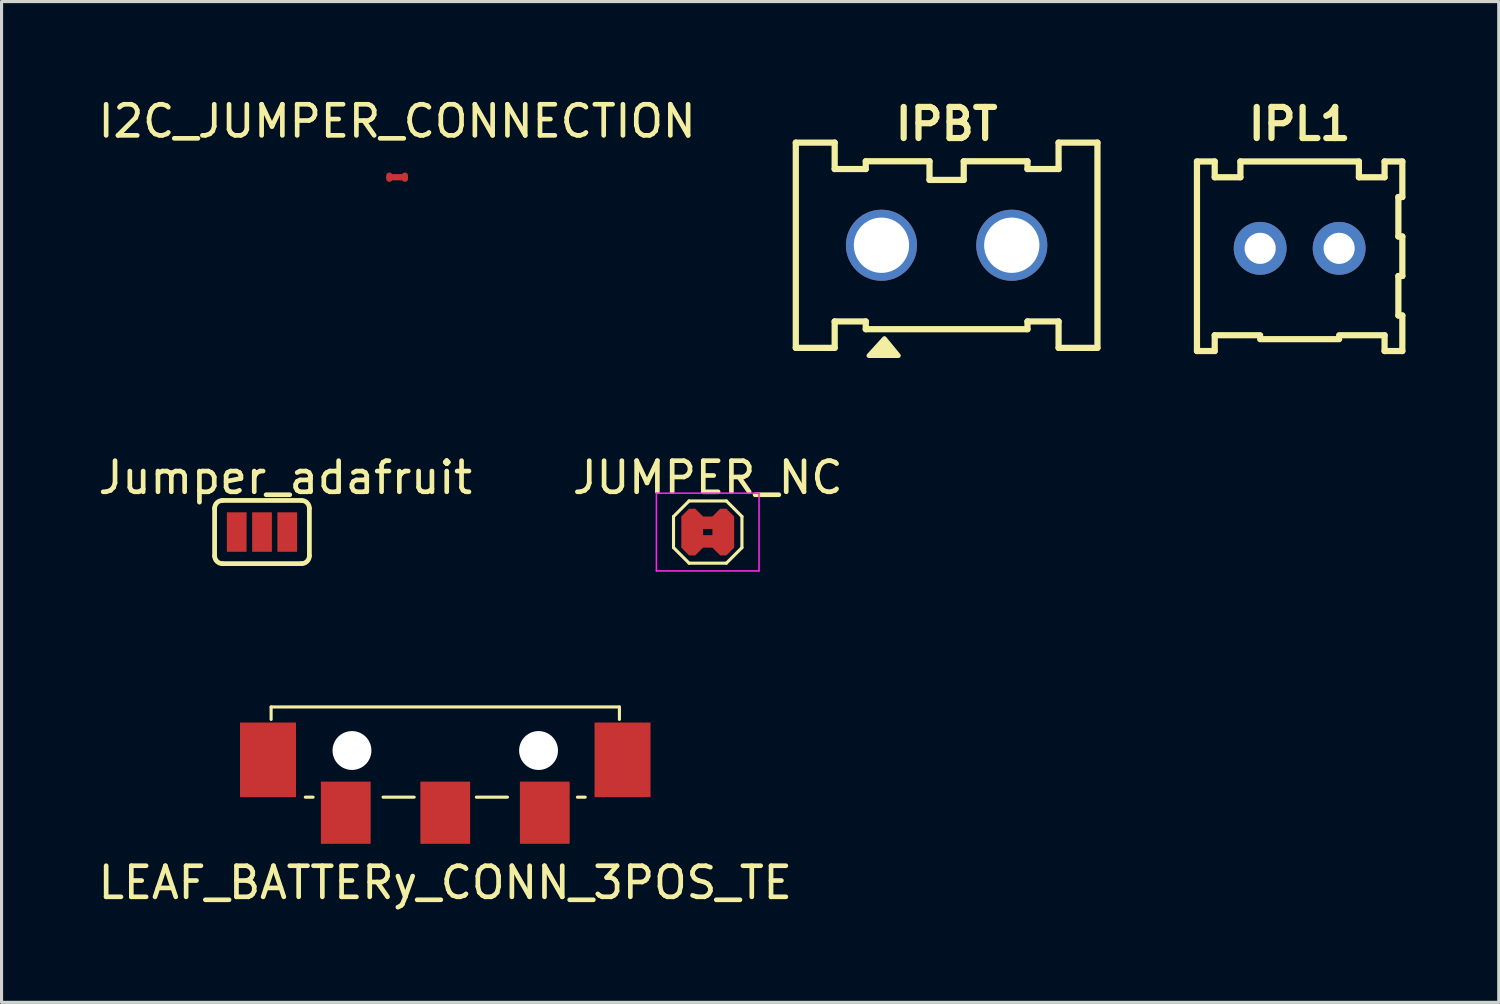
<source format=kicad_pcb>
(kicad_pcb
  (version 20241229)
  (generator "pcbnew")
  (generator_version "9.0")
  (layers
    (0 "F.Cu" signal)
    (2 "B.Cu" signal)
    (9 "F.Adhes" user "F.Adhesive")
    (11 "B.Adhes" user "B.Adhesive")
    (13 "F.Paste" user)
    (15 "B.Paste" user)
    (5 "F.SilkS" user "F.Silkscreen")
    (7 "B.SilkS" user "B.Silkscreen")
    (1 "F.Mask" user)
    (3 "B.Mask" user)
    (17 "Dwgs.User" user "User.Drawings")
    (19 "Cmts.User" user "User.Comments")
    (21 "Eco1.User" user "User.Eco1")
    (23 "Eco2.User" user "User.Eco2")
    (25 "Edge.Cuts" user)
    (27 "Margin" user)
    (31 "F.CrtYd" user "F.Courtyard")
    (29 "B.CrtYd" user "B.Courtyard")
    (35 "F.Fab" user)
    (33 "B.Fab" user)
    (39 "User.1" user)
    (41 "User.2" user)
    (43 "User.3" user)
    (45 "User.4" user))
  (footprint "Jumper_adafruit"
    (layer "F.Cu")
    (at 5.375 14.059)
    (property "Reference" "Jumper_adafruit" (at 0.75 -1.75 0) (layer "F.SilkS") (effects (font (size 1 1) (thickness 0.15))))
    (attr through_hole)
    (fp_line (start -1.524 0.762) (end -1.524 -0.762) (stroke (width 0.152) (type solid)) (layer "F.SilkS"))
    (fp_line (start -1.27 -1.016) (end 1.27 -1.016) (stroke (width 0.152) (type solid)) (layer "F.SilkS"))
    (fp_line (start 1.27 1.016) (end -1.27 1.016) (stroke (width 0.152) (type solid)) (layer "F.SilkS"))
    (fp_line (start 1.524 0.762) (end 1.524 -0.762) (stroke (width 0.152) (type solid)) (layer "F.SilkS"))
    (fp_arc (start -1.524 -0.762) (mid -1.449605 -0.941605) (end -1.27 -1.016) (stroke (width 0.1524) (type solid)) (layer "F.SilkS"))
    (fp_arc (start -1.27 1.016) (mid -1.449605 0.941605) (end -1.524 0.762) (stroke (width 0.1524) (type solid)) (layer "F.SilkS"))
    (fp_arc (start 1.27 -1.016) (mid 1.449605 -0.941605) (end 1.524 -0.762) (stroke (width 0.1524) (type solid)) (layer "F.SilkS"))
    (fp_arc (start 1.524 0.762) (mid 1.449605 0.941605) (end 1.27 1.016) (stroke (width 0.1524) (type solid)) (layer "F.SilkS"))
    (pad "1" smd rect (at -0.813 0) (size 0.635 1.27) (layers "F.Cu" "F.Mask"))
    (pad "2" smd rect (at 0 0) (size 0.635 1.27) (layers "F.Cu" "F.Mask"))
    (pad "3" smd rect (at 0.813 0) (size 0.635 1.27) (layers "F.Cu" "F.Mask")))
  (footprint "I2C_JUMPER_CONNECTION"
    (layer "F.Cu")
    (at 9.72 2.648)
    (property "Reference" "I2C_JUMPER_CONNECTION" (at 0 -1.8 0) (layer "F.SilkS") (effects (font (size 1 1) (thickness 0.15))))
    (attr exclude_from_pos_files exclude_from_bom)
    (fp_line (start 0.2 0) (end -0.25 0) (stroke (width 0.2) (type solid)) (layer "F.Cu"))
    (pad "1" smd oval (at -0.25 0) (size 0.2 0.3) (layers "F.Cu" "F.Mask"))
    (pad "2" smd oval (at 0.25 0) (size 0.2 0.3) (layers "F.Cu" "F.Mask")))
  (footprint "IPL1"
    (layer "F.Cu")
    (at 38.742 4.936)
    (property "Reference" "IPL1" (at 0 -4 0) (layer "F.SilkS") (effects (font (size 1 1) (thickness 0.2))))
    (attr through_hole)
    (fp_line (start -3.302 -2.794) (end -3.302 3.302) (stroke (width 0.2) (type solid)) (layer "F.SilkS"))
    (fp_line (start -2.731 -2.794) (end -3.302 -2.794) (stroke (width 0.2) (type solid)) (layer "F.SilkS"))
    (fp_line (start -2.731 -2.286) (end -2.731 -2.794) (stroke (width 0.2) (type solid)) (layer "F.SilkS"))
    (fp_line (start -2.731 2.794) (end -1.27 2.794) (stroke (width 0.2) (type solid)) (layer "F.SilkS"))
    (fp_line (start -2.731 3.302) (end -3.302 3.302) (stroke (width 0.2) (type solid)) (layer "F.SilkS"))
    (fp_line (start -2.731 3.302) (end -2.731 2.794) (stroke (width 0.2) (type solid)) (layer "F.SilkS"))
    (fp_line (start -1.905 -2.794) (end -1.905 -2.286) (stroke (width 0.2) (type solid)) (layer "F.SilkS"))
    (fp_line (start -1.905 -2.286) (end -2.731 -2.286) (stroke (width 0.2) (type solid)) (layer "F.SilkS"))
    (fp_line (start 1.27 2.794) (end 2.731 2.794) (stroke (width 0.2) (type solid)) (layer "F.SilkS"))
    (fp_line (start 1.27 2.921) (end -1.27 2.921) (stroke (width 0.2) (type solid)) (layer "F.SilkS"))
    (fp_line (start 1.905 -2.794) (end -1.905 -2.794) (stroke (width 0.2) (type solid)) (layer "F.SilkS"))
    (fp_line (start 1.905 -2.286) (end 1.905 -2.794) (stroke (width 0.2) (type solid)) (layer "F.SilkS"))
    (fp_line (start 2.731 -2.794) (end 2.731 -2.286) (stroke (width 0.2) (type solid)) (layer "F.SilkS"))
    (fp_line (start 2.731 -2.286) (end 1.905 -2.286) (stroke (width 0.2) (type solid)) (layer "F.SilkS"))
    (fp_line (start 2.731 2.794) (end 2.731 3.302) (stroke (width 0.2) (type solid)) (layer "F.SilkS"))
    (fp_line (start 3.175 -1.651) (end 3.175 -0.381) (stroke (width 0.2) (type solid)) (layer "F.SilkS"))
    (fp_line (start 3.175 -0.381) (end 3.302 -0.381) (stroke (width 0.2) (type solid)) (layer "F.SilkS"))
    (fp_line (start 3.175 0.889) (end 3.175 2.159) (stroke (width 0.2) (type solid)) (layer "F.SilkS"))
    (fp_line (start 3.175 2.159) (end 3.302 2.159) (stroke (width 0.2) (type solid)) (layer "F.SilkS"))
    (fp_line (start 3.302 -2.794) (end 2.731 -2.794) (stroke (width 0.2) (type solid)) (layer "F.SilkS"))
    (fp_line (start 3.302 -2.794) (end 3.302 -1.651) (stroke (width 0.2) (type solid)) (layer "F.SilkS"))
    (fp_line (start 3.302 -1.651) (end 3.175 -1.651) (stroke (width 0.2) (type solid)) (layer "F.SilkS"))
    (fp_line (start 3.302 -0.381) (end 3.302 0.889) (stroke (width 0.2) (type solid)) (layer "F.SilkS"))
    (fp_line (start 3.302 0.889) (end 3.175 0.889) (stroke (width 0.2) (type solid)) (layer "F.SilkS"))
    (fp_line (start 3.302 2.159) (end 3.302 3.302) (stroke (width 0.2) (type solid)) (layer "F.SilkS"))
    (fp_line (start 3.302 3.302) (end 2.731 3.302) (stroke (width 0.2) (type solid)) (layer "F.SilkS"))
    (pad "1" thru_hole circle (at -1.27 0) (size 1.7 1.7) (drill 1) (layers "*.Cu" "*.Mask"))
    (pad "2" thru_hole circle (at 1.27 0) (size 1.7 1.7) (drill 1) (layers "*.Cu" "*.Mask")))
  (footprint "IPBT"
    (layer "F.Cu")
    (at 27.39 4.836)
    (property "Reference" "IPBT" (at 0 -3.9 0) (layer "F.SilkS") (effects (font (size 1 1) (thickness 0.2))))
    (attr through_hole)
    (fp_line (start -4.85 -3.3) (end -4.85 3.3) (stroke (width 0.2) (type solid)) (layer "F.SilkS"))
    (fp_line (start -4.85 3.3) (end -3.6 3.3) (stroke (width 0.2) (type solid)) (layer "F.SilkS"))
    (fp_line (start -3.6 -3.3) (end -4.85 -3.3) (stroke (width 0.2) (type solid)) (layer "F.SilkS"))
    (fp_line (start -3.6 -3.3) (end -3.6 -2.45) (stroke (width 0.2) (type solid)) (layer "F.SilkS"))
    (fp_line (start -3.6 2.45) (end -2.6 2.45) (stroke (width 0.2) (type solid)) (layer "F.SilkS"))
    (fp_line (start -3.6 3.3) (end -3.6 2.45) (stroke (width 0.2) (type solid)) (layer "F.SilkS"))
    (fp_line (start -2.6 -2.45) (end -3.6 -2.45) (stroke (width 0.2) (type solid)) (layer "F.SilkS"))
    (fp_line (start -2.6 -2.45) (end -2.6 -2.7) (stroke (width 0.2) (type solid)) (layer "F.SilkS"))
    (fp_line (start -2.6 2.45) (end -2.6 2.7) (stroke (width 0.2) (type solid)) (layer "F.SilkS"))
    (fp_line (start -2.6 2.7) (end 2.6 2.7) (stroke (width 0.2) (type solid)) (layer "F.SilkS"))
    (fp_line (start -0.55 -2.7) (end -2.6 -2.7) (stroke (width 0.2) (type solid)) (layer "F.SilkS"))
    (fp_line (start -0.55 -2.7) (end -0.55 -2.1) (stroke (width 0.2) (type solid)) (layer "F.SilkS"))
    (fp_line (start 0.55 -2.7) (end 0.55 -2.1) (stroke (width 0.2) (type solid)) (layer "F.SilkS"))
    (fp_line (start 0.55 -2.1) (end -0.55 -2.1) (stroke (width 0.2) (type solid)) (layer "F.SilkS"))
    (fp_line (start 2.6 -2.7) (end 0.55 -2.7) (stroke (width 0.2) (type solid)) (layer "F.SilkS"))
    (fp_line (start 2.6 -2.45) (end 2.6 -2.7) (stroke (width 0.2) (type solid)) (layer "F.SilkS"))
    (fp_line (start 2.6 2.45) (end 2.6 2.7) (stroke (width 0.2) (type solid)) (layer "F.SilkS"))
    (fp_line (start 2.6 2.45) (end 3.6 2.45) (stroke (width 0.2) (type solid)) (layer "F.SilkS"))
    (fp_line (start 3.6 -3.3) (end 3.6 -2.45) (stroke (width 0.2) (type solid)) (layer "F.SilkS"))
    (fp_line (start 3.6 -2.45) (end 2.6 -2.45) (stroke (width 0.2) (type solid)) (layer "F.SilkS"))
    (fp_line (start 3.6 3.3) (end 3.6 2.45) (stroke (width 0.2) (type solid)) (layer "F.SilkS"))
    (fp_line (start 3.6 3.3) (end 4.85 3.3) (stroke (width 0.2) (type solid)) (layer "F.SilkS"))
    (fp_line (start 4.85 -3.3) (end 3.6 -3.3) (stroke (width 0.2) (type solid)) (layer "F.SilkS"))
    (fp_line (start 4.85 3.3) (end 4.85 -3.3) (stroke (width 0.2) (type solid)) (layer "F.SilkS"))
    (fp_poly (pts (xy -2 3) (xy -2.5 3.55) (xy -1.55 3.55)) (stroke (width 0.15) (type solid)) (fill yes) (layer "F.SilkS"))
    (pad "1" thru_hole circle (at -2.095 0) (size 2.286 2.286) (drill 1.778) (layers "*.Cu" "*.Mask"))
    (pad "2" thru_hole circle (at 2.095 0) (size 2.286 2.286) (drill 1.778) (layers "*.Cu" "*.Mask")))
  (footprint "JUMPER_NC"
    (layer "F.Cu")
    (at 19.708 14.059)
    (property "Reference" "JUMPER_NC" (at 0 -1.75 0) (layer "F.SilkS") (effects (font (size 1 1) (thickness 0.15))))
    (attr through_hole)
    (fp_poly (pts (xy -0.25 -0.5) (xy 0.25 -0.5) (xy 0.25 -0.1) (xy -0.25 -0.1)) (stroke (width 0) (type solid)) (fill yes) (layer "F.Cu"))
    (fp_poly (pts (xy -0.25 0.1) (xy 0.25 0.1) (xy 0.25 0.5) (xy -0.25 0.5)) (stroke (width 0) (type solid)) (fill yes) (layer "F.Cu"))
    (fp_line (start -1.1 -0.5) (end -1.1 0.5) (stroke (width 0.1) (type solid)) (layer "F.SilkS"))
    (fp_line (start -1.1 0.5) (end -0.6 1) (stroke (width 0.1) (type solid)) (layer "F.SilkS"))
    (fp_line (start -0.6 -1) (end -1.1 -0.5) (stroke (width 0.1) (type solid)) (layer "F.SilkS"))
    (fp_line (start -0.6 -1) (end 0.6 -1) (stroke (width 0.1) (type solid)) (layer "F.SilkS"))
    (fp_line (start -0.6 1) (end 0.6 1) (stroke (width 0.1) (type solid)) (layer "F.SilkS"))
    (fp_line (start 0.6 1) (end 1.1 0.5) (stroke (width 0.1) (type solid)) (layer "F.SilkS"))
    (fp_line (start 1.1 -0.5) (end 0.6 -1) (stroke (width 0.1) (type solid)) (layer "F.SilkS"))
    (fp_line (start 1.1 -0.5) (end 1.1 0.5) (stroke (width 0.1) (type solid)) (layer "F.SilkS"))
    (fp_line (start -1.65 -1.25) (end -1.65 1.25) (stroke (width 0.05) (type solid)) (layer "F.CrtYd"))
    (fp_line (start -1.65 -1.25) (end 1.65 -1.25) (stroke (width 0.05) (type solid)) (layer "F.CrtYd"))
    (fp_line (start 1.65 1.25) (end -1.65 1.25) (stroke (width 0.05) (type solid)) (layer "F.CrtYd"))
    (fp_line (start 1.65 1.25) (end 1.65 -1.25) (stroke (width 0.05) (type solid)) (layer "F.CrtYd"))
    (pad "1" smd custom (at -0.5 0) (size 0.5 0.5) (layers "F.Cu" "F.Mask") (options (anchor rect)) (primitives (gr_poly (pts (xy -0.1 0.75) (xy -0.35 0.5) (xy -0.35 -0.5) (xy -0.1 -0.75) (xy 0.1 -0.75) (xy 0.35 -0.5) (xy 0.35 0.5) (xy 0.1 0.75)) (width 0) (fill yes))))
    (pad "2" smd custom (at 0.5 0) (size 0.5 0.5) (layers "F.Cu" "F.Mask") (options (anchor rect)) (primitives (gr_poly (pts (xy 0.1 -0.75) (xy 0.35 -0.5) (xy 0.35 0.5) (xy 0.1 0.75) (xy -0.1 0.75) (xy -0.35 0.5) (xy -0.35 -0.5) (xy -0.1 -0.75)) (width 0) (fill yes)))))
  (footprint "LEAF_BATTERy_CONN_3POS_TE"
    (layer "F.Cu")
    (at 11.268 23.084)
    (property "Reference" "LEAF_BATTERy_CONN_3POS_TE" (at 0 2.25 0) (layer "F.SilkS") (effects (font (size 1 1) (thickness 0.15))))
    (attr through_hole)
    (fp_line (start -5.6 -3.4) (end 5.6 -3.4) (stroke (width 0.1) (type solid)) (layer "F.SilkS"))
    (fp_line (start -5.6 -3) (end -5.6 -3.4) (stroke (width 0.1) (type solid)) (layer "F.SilkS"))
    (fp_line (start -4.5 -0.5) (end -4.25 -0.5) (stroke (width 0.1) (type solid)) (layer "F.SilkS"))
    (fp_line (start -2 -0.5) (end -1 -0.5) (stroke (width 0.1) (type solid)) (layer "F.SilkS"))
    (fp_line (start 1 -0.5) (end 2 -0.5) (stroke (width 0.1) (type solid)) (layer "F.SilkS"))
    (fp_line (start 4.25 -0.5) (end 4.5 -0.5) (stroke (width 0.1) (type solid)) (layer "F.SilkS"))
    (fp_line (start 5.6 -3.4) (end 5.6 -3) (stroke (width 0.1) (type solid)) (layer "F.SilkS"))
    (fp_poly (pts (xy 5.6 -4.1) (xy -5.6 -4.1) (xy -5.6 -4.7) (xy 5.6 -4.7)) (stroke (width 0.1) (type solid)) (fill no) (layer "Eco1.User"))
    (pad "" np_thru_hole circle (at -3 -2) (size 1.25 1.25) (drill 1.25) (layers "*.Cu" "*.Mask"))
    (pad "" np_thru_hole circle (at 3 -2) (size 1.25 1.25) (drill 1.25) (layers "*.Cu" "*.Mask"))
    (pad "1" smd rect (at -3.2 0) (size 1.6 2) (layers "F.Cu" "F.Mask" "F.Paste"))
    (pad "2" smd rect (at 0 0) (size 1.6 2) (layers "F.Cu" "F.Mask" "F.Paste"))
    (pad "3" smd rect (at 3.2 0) (size 1.6 2) (layers "F.Cu" "F.Mask" "F.Paste"))
    (pad "4" smd rect (at -5.7 -1.7) (size 1.8 2.4) (layers "F.Cu" "F.Mask" "F.Paste"))
    (pad "4" smd rect (at 5.7 -1.7) (size 1.8 2.4) (layers "F.Cu" "F.Mask" "F.Paste")))
  (gr_rect
    (start -3 -3)
    (end 45.144 29.183)
    (stroke (width 0.1) (type default))
    (fill no)
    (layer "Edge.Cuts")))
</source>
